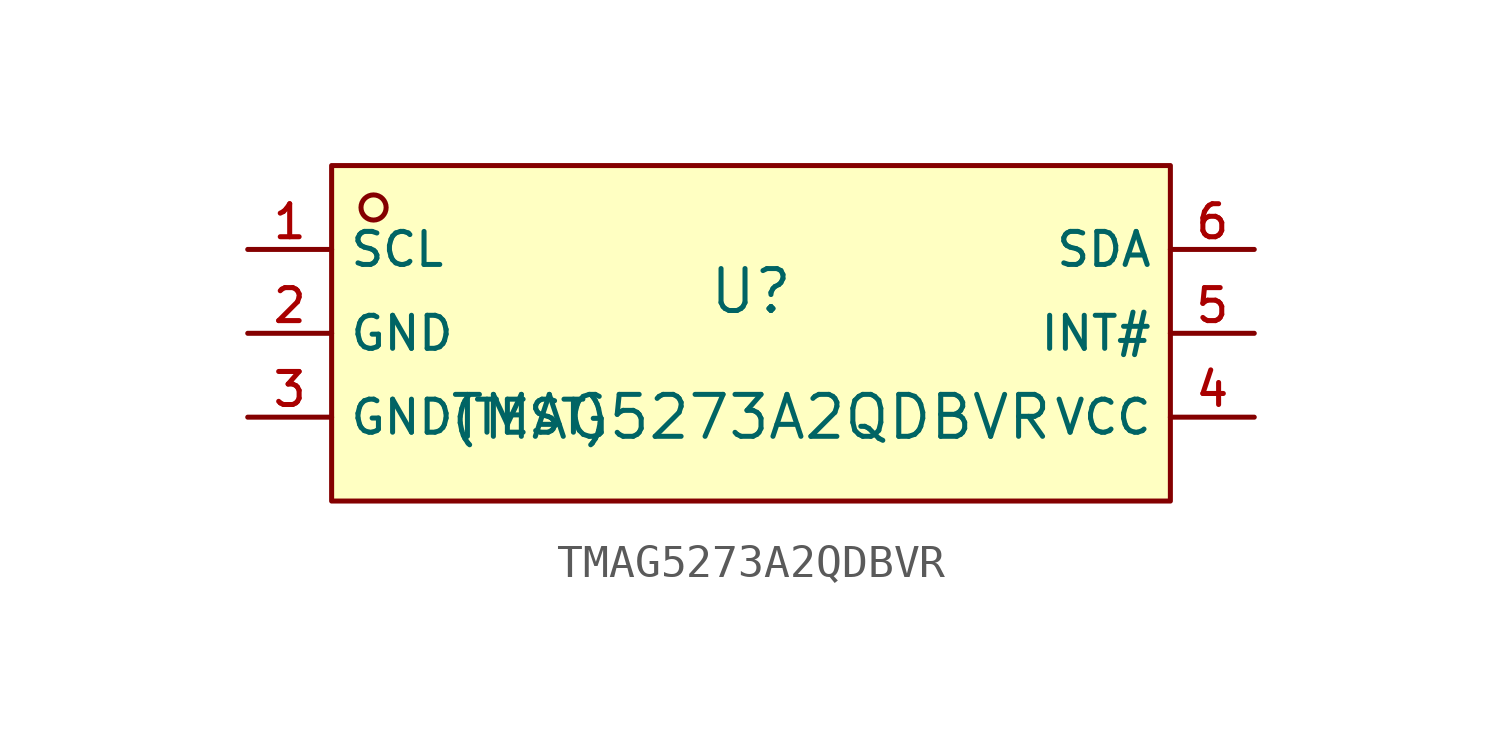
<source format=kicad_sym>
(kicad_symbol_lib
  (version 20210201)
  (generator TousstNicolas/JLC2KiCad_lib)
  (symbol "TMAG5273A2QDBVR"
    (property "Reference" "U"
      (at 0 1.27 0)
      (effects (font (size 1.27 1.27))))
    (property "Value" "TMAG5273A2QDBVR"
      (at 0 -2.54 0)
      (effects (font (size 1.27 1.27))))
    (symbol "TMAG5273A2QDBVR_0_1"
      (rectangle (start -12.7 5.08) (end 12.7 -5.08) (stroke (width 0) (type default) (color 0 0 0 0)) (fill (type background)))
      (circle (center -11.43 3.81) (radius 0.381) (stroke (width 0) (type default) (color 0 0 0 0)) (fill (type background)))
      (pin unspecified line (at -15.24 2.54 0) (length 2.54) (name "SCL" (effects (font (size 1 1)))) (number "1" (effects (font (size 1 1)))))
      (pin unspecified line (at -15.24 -0.0 0) (length 2.54) (name "GND" (effects (font (size 1 1)))) (number "2" (effects (font (size 1 1)))))
      (pin unspecified line (at -15.24 -2.54 0) (length 2.54) (name "GND(TEST)" (effects (font (size 1 1)))) (number "3" (effects (font (size 1 1)))))
      (pin unspecified line (at 15.24 -2.54 180) (length 2.54) (name "VCC" (effects (font (size 1 1)))) (number "4" (effects (font (size 1 1)))))
      (pin unspecified line (at 15.24 -0.0 180) (length 2.54) (name "INT#" (effects (font (size 1 1)))) (number "5" (effects (font (size 1 1)))))
      (pin unspecified line (at 15.24 2.54 180) (length 2.54) (name "SDA" (effects (font (size 1 1)))) (number "6" (effects (font (size 1 1))))))))
</source>
